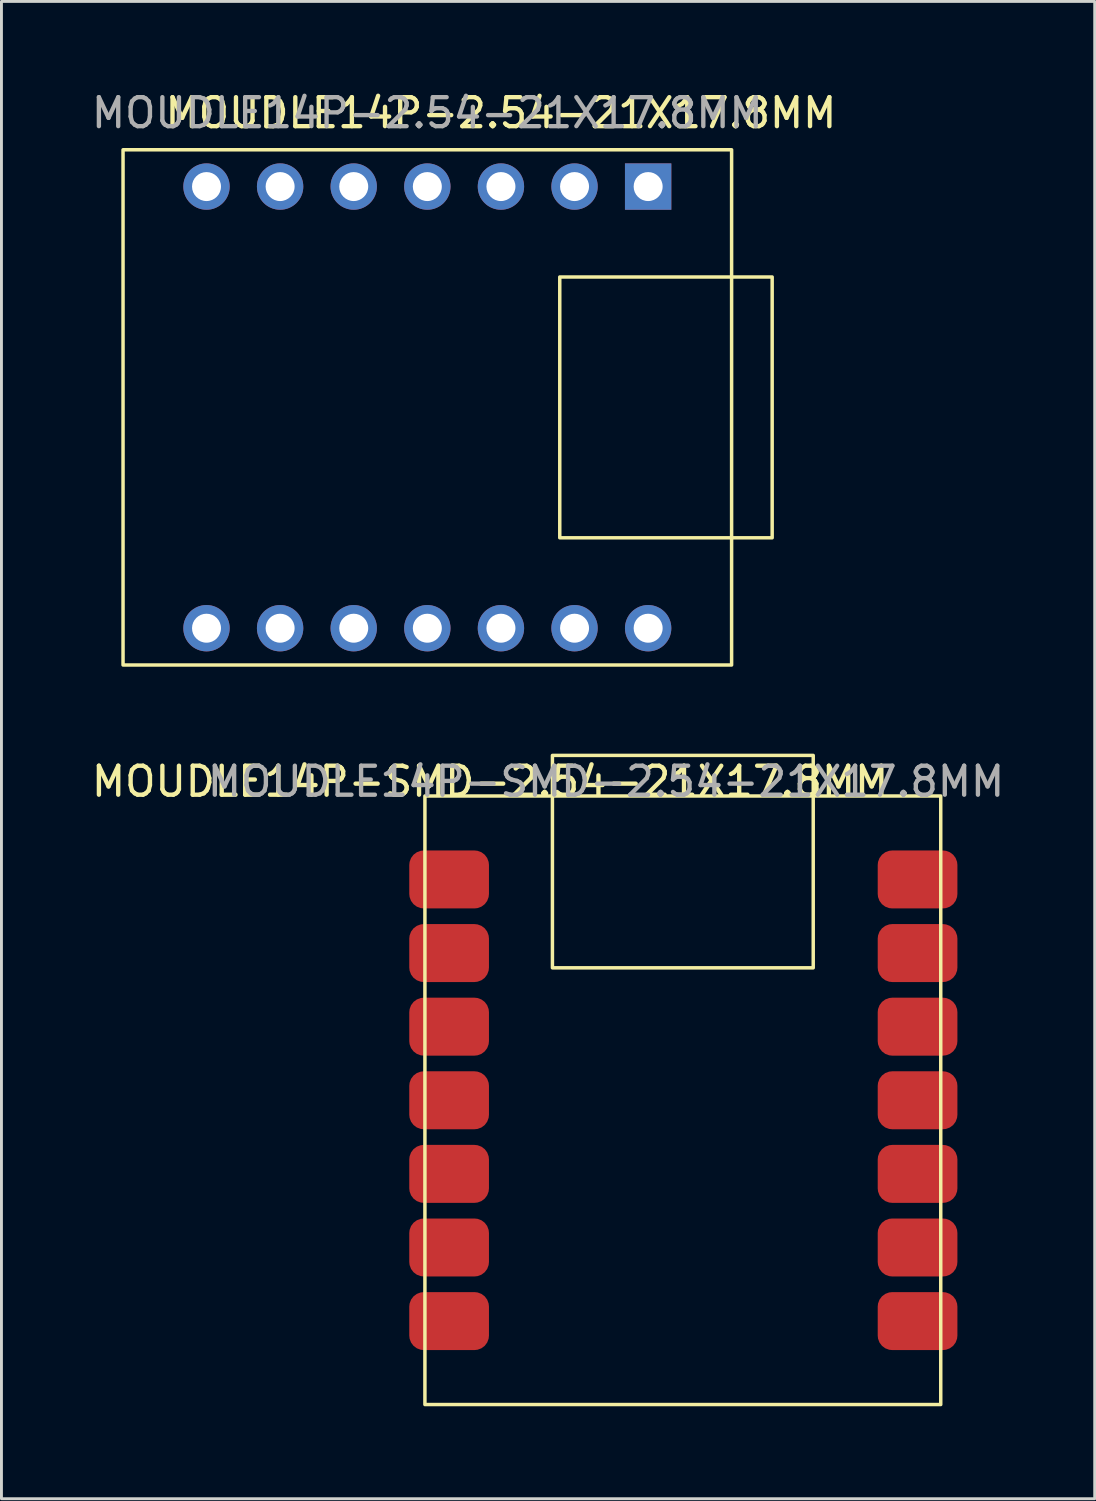
<source format=kicad_pcb>
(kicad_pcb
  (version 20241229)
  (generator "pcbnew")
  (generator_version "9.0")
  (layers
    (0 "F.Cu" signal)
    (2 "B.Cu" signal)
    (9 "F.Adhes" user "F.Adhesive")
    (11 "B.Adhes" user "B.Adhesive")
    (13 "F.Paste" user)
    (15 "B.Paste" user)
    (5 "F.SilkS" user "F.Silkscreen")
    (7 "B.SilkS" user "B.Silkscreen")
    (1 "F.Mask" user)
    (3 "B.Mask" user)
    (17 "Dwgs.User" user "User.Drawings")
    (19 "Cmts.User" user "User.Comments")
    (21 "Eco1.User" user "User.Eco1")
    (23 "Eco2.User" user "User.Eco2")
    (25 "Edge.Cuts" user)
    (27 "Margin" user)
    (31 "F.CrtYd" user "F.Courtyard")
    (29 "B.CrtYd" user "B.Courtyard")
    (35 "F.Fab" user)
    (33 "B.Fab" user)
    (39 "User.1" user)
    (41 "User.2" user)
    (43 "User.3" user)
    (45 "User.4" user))
  (footprint "MOUDLE14P-2.54-21X17.8MM"
    (layer "F.Cu")
    (at 11.696 11.008)
    (property "Reference" "MOUDLE14P-2.54-21X17.8MM" (at 2.54 -10.16 0) (unlocked yes) (layer "F.SilkS") (effects (font (size 1 1) (thickness 0.15))))
    (attr through_hole)
    (fp_rect (start -10.5 -8.89) (end 10.5 8.89) (stroke (width 0.12) (type solid)) (fill no) (layer "F.SilkS"))
    (fp_rect (start 4.57 -4.5) (end 11.9 4.5) (stroke (width 0.12) (type solid)) (fill no) (layer "F.SilkS"))
    (fp_text user "${REFERENCE}" (at 0 -10.16 0) (unlocked yes) (layer "F.Fab") (effects (font (size 1 1) (thickness 0.15))))
    (pad "1" thru_hole rect (at 7.62 -7.62) (size 1.6 1.6) (drill 1) (layers "*.Cu" "*.Mask"))
    (pad "2" thru_hole circle (at 5.08 -7.62) (size 1.6 1.6) (drill 1) (layers "*.Cu" "*.Mask"))
    (pad "3" thru_hole circle (at 2.54 -7.62) (size 1.6 1.6) (drill 1) (layers "*.Cu" "*.Mask"))
    (pad "4" thru_hole circle (at 0 -7.62) (size 1.6 1.6) (drill 1) (layers "*.Cu" "*.Mask"))
    (pad "5" thru_hole circle (at -2.54 -7.62) (size 1.6 1.6) (drill 1) (layers "*.Cu" "*.Mask"))
    (pad "6" thru_hole circle (at -5.08 -7.62) (size 1.6 1.6) (drill 1) (layers "*.Cu" "*.Mask"))
    (pad "7" thru_hole circle (at -7.62 -7.62) (size 1.6 1.6) (drill 1) (layers "*.Cu" "*.Mask"))
    (pad "8" thru_hole circle (at -7.62 7.62) (size 1.6 1.6) (drill 1) (layers "*.Cu" "*.Mask"))
    (pad "9" thru_hole circle (at -5.08 7.62) (size 1.6 1.6) (drill 1) (layers "*.Cu" "*.Mask"))
    (pad "10" thru_hole circle (at -2.54 7.62) (size 1.6 1.6) (drill 1) (layers "*.Cu" "*.Mask"))
    (pad "11" thru_hole circle (at 0 7.62) (size 1.6 1.6) (drill 1) (layers "*.Cu" "*.Mask"))
    (pad "12" thru_hole circle (at 2.54 7.62) (size 1.6 1.6) (drill 1) (layers "*.Cu" "*.Mask"))
    (pad "13" thru_hole circle (at 5.08 7.62) (size 1.6 1.6) (drill 1) (layers "*.Cu" "*.Mask"))
    (pad "14" thru_hole circle (at 7.62 7.62) (size 1.6 1.6) (drill 1) (layers "*.Cu" "*.Mask")))
  (footprint "MOUDLE14P-SMD-2.54-21X17.8MM"
    (layer "F.Cu")
    (at 11.613 45.418)
    (property "Reference" "MOUDLE14P-SMD-2.54-21X17.8MM" (at 2.25 -21.5 0) (unlocked yes) (layer "F.SilkS") (effects (font (size 1 1) (thickness 0.15))))
    (attr smd)
    (fp_rect (start 0 -21) (end 17.8 0) (stroke (width 0.12) (type solid)) (fill no) (layer "F.SilkS"))
    (fp_rect (start 4.4 -15.07) (end 13.4 -22.4) (stroke (width 0.12) (type solid)) (fill no) (layer "F.SilkS"))
    (fp_text user "${REFERENCE}" (at 6.25 -21.5 0) (unlocked yes) (layer "F.Fab") (effects (font (size 1 1) (thickness 0.15))))
    (pad "1" smd roundrect (at 0.835 -18.12) (size 2.75 2) (layers "F.Cu" "F.Mask" "F.Paste") (roundrect_rratio 0.25))
    (pad "2" smd roundrect (at 0.835 -15.58) (size 2.75 2) (layers "F.Cu" "F.Mask" "F.Paste") (roundrect_rratio 0.25))
    (pad "3" smd roundrect (at 0.835 -13.04) (size 2.75 2) (layers "F.Cu" "F.Mask" "F.Paste") (roundrect_rratio 0.25))
    (pad "4" smd roundrect (at 0.835 -10.5) (size 2.75 2) (layers "F.Cu" "F.Mask" "F.Paste") (roundrect_rratio 0.25))
    (pad "5" smd roundrect (at 0.835 -7.96) (size 2.75 2) (layers "F.Cu" "F.Mask" "F.Paste") (roundrect_rratio 0.25))
    (pad "6" smd roundrect (at 0.835 -5.42) (size 2.75 2) (layers "F.Cu" "F.Mask" "F.Paste") (roundrect_rratio 0.25))
    (pad "7" smd roundrect (at 0.835 -2.88) (size 2.75 2) (layers "F.Cu" "F.Mask" "F.Paste") (roundrect_rratio 0.25))
    (pad "8" smd roundrect (at 17 -2.88) (size 2.75 2) (layers "F.Cu" "F.Mask" "F.Paste") (roundrect_rratio 0.25))
    (pad "9" smd roundrect (at 17 -5.42) (size 2.75 2) (layers "F.Cu" "F.Mask" "F.Paste") (roundrect_rratio 0.25))
    (pad "10" smd roundrect (at 17 -7.96) (size 2.75 2) (layers "F.Cu" "F.Mask" "F.Paste") (roundrect_rratio 0.25))
    (pad "11" smd roundrect (at 17 -10.5) (size 2.75 2) (layers "F.Cu" "F.Mask" "F.Paste") (roundrect_rratio 0.25))
    (pad "12" smd roundrect (at 17 -13.04) (size 2.75 2) (layers "F.Cu" "F.Mask" "F.Paste") (roundrect_rratio 0.25))
    (pad "13" smd roundrect (at 17 -15.58) (size 2.75 2) (layers "F.Cu" "F.Mask" "F.Paste") (roundrect_rratio 0.25))
    (pad "14" smd roundrect (at 17 -18.12) (size 2.75 2) (layers "F.Cu" "F.Mask" "F.Paste") (roundrect_rratio 0.25)))
  (gr_rect
    (start -3 -3)
    (end 34.726 48.668)
    (stroke (width 0.1) (type default))
    (fill no)
    (layer "Edge.Cuts")))
</source>
